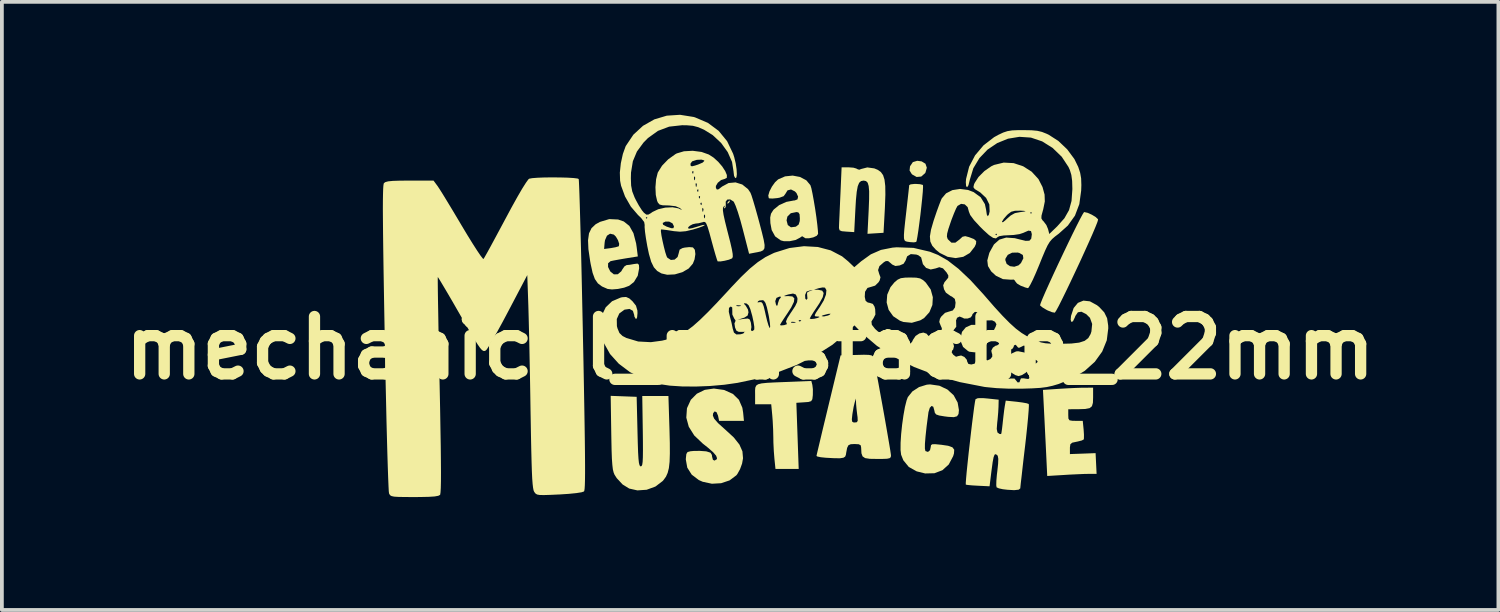
<source format=kicad_pcb>
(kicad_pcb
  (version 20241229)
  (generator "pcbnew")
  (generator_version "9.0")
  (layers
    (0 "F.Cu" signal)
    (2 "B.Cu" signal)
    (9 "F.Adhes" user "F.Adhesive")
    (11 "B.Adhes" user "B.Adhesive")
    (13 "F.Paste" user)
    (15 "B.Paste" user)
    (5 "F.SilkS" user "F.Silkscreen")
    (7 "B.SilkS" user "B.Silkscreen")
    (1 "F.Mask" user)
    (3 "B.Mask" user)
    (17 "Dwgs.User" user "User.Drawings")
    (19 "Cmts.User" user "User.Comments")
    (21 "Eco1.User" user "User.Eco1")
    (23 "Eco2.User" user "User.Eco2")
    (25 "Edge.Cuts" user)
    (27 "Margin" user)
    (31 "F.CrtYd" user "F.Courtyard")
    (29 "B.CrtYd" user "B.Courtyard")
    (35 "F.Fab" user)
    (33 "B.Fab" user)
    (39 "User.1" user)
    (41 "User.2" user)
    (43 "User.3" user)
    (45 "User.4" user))
  (footprint "mechanical_mustache_22mm"
    (layer "F.Cu")
    (at 16.88 6.194)
    (property "Reference" "mechanical_mustache_22mm" (at 0 0 0) (layer "F.SilkS") (effects (font (size 1.524 1.524) (thickness 0.3))))
    (attr board_only exclude_from_pos_files exclude_from_bom)
    (fp_poly (pts (xy -0.542 -3.889) (xy -0.55 -3.874) (xy -0.592 -3.832) (xy -0.599 -3.83) (xy -0.602 -3.858) (xy -0.594 -3.874) (xy -0.553 -3.916) (xy -0.545 -3.918)) (stroke (width 0) (type solid)) (fill yes) (layer "F.SilkS"))
    (fp_poly (pts (xy 4.557 -4.956) (xy 4.658 -4.894) (xy 4.694 -4.788) (xy 4.659 -4.662) (xy 4.647 -4.642) (xy 4.545 -4.553) (xy 4.423 -4.542) (xy 4.305 -4.609) (xy 4.291 -4.624) (xy 4.236 -4.714) (xy 4.247 -4.818) (xy 4.252 -4.832) (xy 4.323 -4.937) (xy 4.44 -4.972)) (stroke (width 0) (type solid)) (fill yes) (layer "F.SilkS"))
    (fp_poly (pts (xy 6.139 -0.589) (xy 6.227 -0.515) (xy 6.293 -0.39) (xy 6.323 -0.249) (xy 6.317 -0.177) (xy 6.247 -0.033) (xy 6.125 0.07) (xy 5.976 0.118) (xy 5.826 0.101) (xy 5.789 0.083) (xy 5.657 -0.026) (xy 5.597 -0.171) (xy 5.591 -0.265) (xy 5.629 -0.427) (xy 5.73 -0.547) (xy 5.878 -0.613) (xy 6.053 -0.614)) (stroke (width 0) (type solid)) (fill yes) (layer "F.SilkS"))
    (fp_poly (pts (xy 7.288 0.122) (xy 7.396 0.219) (xy 7.439 0.373) (xy 7.44 0.395) (xy 7.421 0.534) (xy 7.354 0.631) (xy 7.324 0.657) (xy 7.221 0.721) (xy 7.133 0.748) (xy 7.131 0.748) (xy 7.045 0.722) (xy 6.942 0.659) (xy 6.939 0.657) (xy 6.847 0.539) (xy 6.821 0.4) (xy 6.854 0.263) (xy 6.938 0.153) (xy 7.066 0.093) (xy 7.122 0.088)) (stroke (width 0) (type solid)) (fill yes) (layer "F.SilkS"))
    (fp_poly (pts (xy 4.411 -1.867) (xy 4.515 -1.847) (xy 4.595 -1.802) (xy 4.668 -1.735) (xy 4.797 -1.553) (xy 4.854 -1.348) (xy 4.842 -1.141) (xy 4.764 -0.951) (xy 4.624 -0.796) (xy 4.52 -0.733) (xy 4.295 -0.668) (xy 4.071 -0.69) (xy 3.98 -0.723) (xy 3.799 -0.844) (xy 3.68 -1.012) (xy 3.627 -1.208) (xy 3.642 -1.415) (xy 3.728 -1.614) (xy 3.834 -1.743) (xy 3.919 -1.814) (xy 4.003 -1.853) (xy 4.12 -1.868) (xy 4.25 -1.871)) (stroke (width 0) (type solid)) (fill yes) (layer "F.SilkS"))
    (fp_poly (pts (xy 1.653 0.982) (xy 1.667 1.097) (xy 1.666 1.239) (xy 1.665 1.259) (xy 1.653 1.362) (xy 1.621 1.414) (xy 1.547 1.436) (xy 1.439 1.444) (xy 1.228 1.458) (xy 1.259 2.336) (xy 1.29 3.214) (xy 0.673 3.214) (xy 0.645 2.943) (xy 0.629 2.741) (xy 0.618 2.515) (xy 0.616 2.382) (xy 0.611 2.17) (xy 0.599 1.934) (xy 0.588 1.794) (xy 0.56 1.497) (xy 0.132 1.497) (xy 0.132 1.233) (xy 0.131 1.131) (xy 0.137 1.055) (xy 0.16 1.002) (xy 0.212 0.965) (xy 0.305 0.942) (xy 0.451 0.927) (xy 0.66 0.916) (xy 0.944 0.905) (xy 0.978 0.904) (xy 1.626 0.878)) (stroke (width 0) (type solid)) (fill yes) (layer "F.SilkS"))
    (fp_poly (pts (xy 4.514 -4.35) (xy 4.585 -4.332) (xy 4.592 -4.325) (xy 4.594 -4.27) (xy 4.587 -4.146) (xy 4.571 -3.971) (xy 4.549 -3.763) (xy 4.524 -3.539) (xy 4.496 -3.319) (xy 4.469 -3.118) (xy 4.444 -2.956) (xy 4.424 -2.849) (xy 4.412 -2.816) (xy 4.351 -2.805) (xy 4.243 -2.812) (xy 4.226 -2.815) (xy 4.17 -2.823) (xy 4.129 -2.835) (xy 4.101 -2.861) (xy 4.087 -2.914) (xy 4.086 -3.005) (xy 4.096 -3.144) (xy 4.117 -3.344) (xy 4.148 -3.616) (xy 4.162 -3.742) (xy 4.186 -3.953) (xy 4.206 -4.133) (xy 4.22 -4.262) (xy 4.226 -4.323) (xy 4.226 -4.325) (xy 4.265 -4.346) (xy 4.362 -4.357) (xy 4.399 -4.358)) (stroke (width 0) (type solid)) (fill yes) (layer "F.SilkS"))
    (fp_poly (pts (xy 8.966 -3.59) (xy 9.077 -3.54) (xy 9.179 -3.479) (xy 9.239 -3.423) (xy 9.244 -3.406) (xy 9.226 -3.344) (xy 9.176 -3.217) (xy 9.1 -3.037) (xy 9.002 -2.815) (xy 8.889 -2.565) (xy 8.767 -2.297) (xy 8.639 -2.024) (xy 8.513 -1.757) (xy 8.394 -1.509) (xy 8.287 -1.291) (xy 8.199 -1.115) (xy 8.133 -0.994) (xy 8.097 -0.939) (xy 8.093 -0.937) (xy 8.019 -0.95) (xy 7.907 -0.995) (xy 7.869 -1.015) (xy 7.767 -1.076) (xy 7.709 -1.124) (xy 7.703 -1.135) (xy 7.721 -1.194) (xy 7.771 -1.318) (xy 7.848 -1.496) (xy 7.947 -1.715) (xy 8.061 -1.964) (xy 8.185 -2.23) (xy 8.314 -2.503) (xy 8.441 -2.769) (xy 8.562 -3.019) (xy 8.671 -3.239) (xy 8.762 -3.418) (xy 8.83 -3.544) (xy 8.869 -3.606) (xy 8.874 -3.61)) (stroke (width 0) (type solid)) (fill yes) (layer "F.SilkS"))
    (fp_poly (pts (xy -3.015 1.299) (xy -2.993 2.223) (xy -2.985 2.536) (xy -2.977 2.771) (xy -2.967 2.939) (xy -2.955 3.051) (xy -2.939 3.115) (xy -2.92 3.143) (xy -2.905 3.147) (xy -2.883 3.137) (xy -2.867 3.101) (xy -2.856 3.026) (xy -2.85 2.904) (xy -2.848 2.723) (xy -2.849 2.473) (xy -2.852 2.212) (xy -2.866 1.277) (xy -2.171 1.277) (xy -2.143 2.17) (xy -2.134 2.527) (xy -2.133 2.808) (xy -2.14 3.025) (xy -2.159 3.192) (xy -2.191 3.319) (xy -2.236 3.42) (xy -2.298 3.506) (xy -2.326 3.538) (xy -2.517 3.683) (xy -2.749 3.768) (xy -2.995 3.785) (xy -3.213 3.736) (xy -3.388 3.628) (xy -3.544 3.46) (xy -3.603 3.368) (xy -3.627 3.309) (xy -3.647 3.227) (xy -3.661 3.108) (xy -3.673 2.943) (xy -3.681 2.718) (xy -3.687 2.423) (xy -3.69 2.254) (xy -3.705 1.273)) (stroke (width 0) (type solid)) (fill yes) (layer "F.SilkS"))
    (fp_poly (pts (xy 2.744 -4.789) (xy 2.826 -4.765) (xy 2.839 -4.754) (xy 2.898 -4.734) (xy 2.949 -4.754) (xy 3.113 -4.796) (xy 3.299 -4.77) (xy 3.39 -4.732) (xy 3.472 -4.674) (xy 3.532 -4.591) (xy 3.57 -4.471) (xy 3.59 -4.302) (xy 3.593 -4.071) (xy 3.582 -3.768) (xy 3.579 -3.698) (xy 3.544 -3.059) (xy 3.118 -3.032) (xy 3.15 -3.673) (xy 3.161 -3.955) (xy 3.162 -4.161) (xy 3.149 -4.302) (xy 3.123 -4.389) (xy 3.079 -4.433) (xy 3.017 -4.446) (xy 3.013 -4.446) (xy 2.946 -4.433) (xy 2.896 -4.387) (xy 2.859 -4.296) (xy 2.832 -4.149) (xy 2.811 -3.935) (xy 2.797 -3.698) (xy 2.765 -3.077) (xy 2.56 -3.09) (xy 2.436 -3.101) (xy 2.377 -3.126) (xy 2.36 -3.184) (xy 2.362 -3.258) (xy 2.366 -3.355) (xy 2.374 -3.52) (xy 2.383 -3.735) (xy 2.394 -3.979) (xy 2.4 -4.105) (xy 2.43 -4.798) (xy 2.621 -4.798)) (stroke (width 0) (type solid)) (fill yes) (layer "F.SilkS"))
    (fp_poly (pts (xy 9.112 1.315) (xy 9.107 1.459) (xy 9.081 1.549) (xy 9.018 1.6) (xy 8.902 1.622) (xy 8.716 1.628) (xy 8.683 1.628) (xy 8.452 1.629) (xy 8.452 1.783) (xy 8.456 1.878) (xy 8.486 1.923) (xy 8.565 1.936) (xy 8.644 1.937) (xy 8.837 1.937) (xy 8.86 2.168) (xy 8.869 2.304) (xy 8.868 2.403) (xy 8.863 2.432) (xy 8.811 2.459) (xy 8.705 2.486) (xy 8.67 2.493) (xy 8.558 2.517) (xy 8.508 2.558) (xy 8.496 2.643) (xy 8.496 2.67) (xy 8.496 2.82) (xy 8.837 2.808) (xy 9.178 2.795) (xy 9.205 3.346) (xy 9.011 3.346) (xy 8.883 3.348) (xy 8.697 3.356) (xy 8.483 3.366) (xy 8.356 3.374) (xy 7.893 3.402) (xy 7.864 2.791) (xy 7.85 2.503) (xy 7.834 2.185) (xy 7.819 1.878) (xy 7.807 1.647) (xy 7.78 1.115) (xy 8.215 1.086) (xy 8.433 1.073) (xy 8.648 1.063) (xy 8.825 1.057) (xy 8.881 1.057) (xy 9.112 1.056)) (stroke (width 0) (type solid)) (fill yes) (layer "F.SilkS"))
    (fp_poly (pts (xy 5.027 1.004) (xy 5.24 1.104) (xy 5.407 1.257) (xy 5.513 1.451) (xy 5.547 1.65) (xy 5.537 1.755) (xy 5.497 1.816) (xy 5.411 1.839) (xy 5.262 1.831) (xy 5.166 1.819) (xy 5.021 1.795) (xy 4.942 1.767) (xy 4.907 1.723) (xy 4.894 1.662) (xy 4.866 1.563) (xy 4.821 1.541) (xy 4.773 1.591) (xy 4.738 1.705) (xy 4.735 1.728) (xy 4.689 2.08) (xy 4.66 2.35) (xy 4.644 2.546) (xy 4.643 2.673) (xy 4.656 2.736) (xy 4.66 2.741) (xy 4.725 2.763) (xy 4.779 2.717) (xy 4.798 2.633) (xy 4.805 2.584) (xy 4.837 2.56) (xy 4.915 2.557) (xy 5.058 2.571) (xy 5.073 2.572) (xy 5.262 2.6) (xy 5.375 2.641) (xy 5.422 2.704) (xy 5.416 2.801) (xy 5.394 2.875) (xy 5.277 3.096) (xy 5.108 3.249) (xy 4.897 3.329) (xy 4.65 3.335) (xy 4.424 3.279) (xy 4.216 3.163) (xy 4.07 2.985) (xy 4.011 2.837) (xy 3.996 2.711) (xy 3.997 2.522) (xy 4.012 2.291) (xy 4.038 2.04) (xy 4.073 1.792) (xy 4.113 1.569) (xy 4.157 1.394) (xy 4.19 1.306) (xy 4.311 1.155) (xy 4.489 1.039) (xy 4.695 0.976) (xy 4.781 0.969)) (stroke (width 0) (type solid)) (fill yes) (layer "F.SilkS"))
    (fp_poly (pts (xy -0.698 1.116) (xy -0.686 1.119) (xy -0.458 1.222) (xy -0.299 1.377) (xy -0.207 1.589) (xy -0.186 1.719) (xy -0.165 1.937) (xy -0.825 1.937) (xy -0.853 1.801) (xy -0.892 1.708) (xy -0.943 1.686) (xy -0.983 1.735) (xy -0.99 1.798) (xy -0.956 1.879) (xy -0.852 1.998) (xy -0.675 2.158) (xy -0.661 2.17) (xy -0.435 2.378) (xy -0.285 2.567) (xy -0.205 2.747) (xy -0.189 2.931) (xy -0.214 3.072) (xy -0.268 3.221) (xy -0.339 3.349) (xy -0.366 3.384) (xy -0.546 3.519) (xy -0.77 3.594) (xy -1.016 3.608) (xy -1.26 3.556) (xy -1.364 3.51) (xy -1.552 3.367) (xy -1.67 3.181) (xy -1.709 2.964) (xy -1.707 2.927) (xy -1.695 2.819) (xy -1.663 2.766) (xy -1.585 2.745) (xy -1.498 2.737) (xy -1.338 2.735) (xy -1.186 2.746) (xy -1.157 2.75) (xy -1.054 2.783) (xy -1.016 2.843) (xy -1.012 2.885) (xy -0.989 2.972) (xy -0.946 2.993) (xy -0.888 2.959) (xy -0.88 2.929) (xy -0.904 2.863) (xy -0.982 2.772) (xy -1.121 2.65) (xy -1.261 2.539) (xy -1.484 2.327) (xy -1.63 2.095) (xy -1.696 1.852) (xy -1.679 1.607) (xy -1.675 1.594) (xy -1.576 1.378) (xy -1.415 1.216) (xy -1.206 1.114) (xy -0.963 1.079)) (stroke (width 0) (type solid)) (fill yes) (layer "F.SilkS"))
    (fp_poly (pts (xy -3.507 -3.412) (xy -3.357 -3.36) (xy -3.209 -3.242) (xy -3.1 -3.048) (xy -3.029 -2.776) (xy -3.015 -2.679) (xy -2.984 -2.431) (xy -3.308 -2.379) (xy -3.477 -2.35) (xy -3.619 -2.324) (xy -3.705 -2.306) (xy -3.709 -2.305) (xy -3.774 -2.25) (xy -3.775 -2.151) (xy -3.716 -2.032) (xy -3.621 -1.955) (xy -3.517 -1.957) (xy -3.424 -2.035) (xy -3.399 -2.08) (xy -3.34 -2.166) (xy -3.283 -2.201) (xy -3.2 -2.209) (xy -3.087 -2.229) (xy -2.992 -2.241) (xy -2.955 -2.209) (xy -2.949 -2.116) (xy -2.986 -1.919) (xy -3.087 -1.752) (xy -3.214 -1.651) (xy -3.348 -1.601) (xy -3.513 -1.567) (xy -3.671 -1.554) (xy -3.785 -1.567) (xy -3.786 -1.567) (xy -3.936 -1.633) (xy -4.045 -1.715) (xy -4.125 -1.83) (xy -4.185 -1.994) (xy -4.236 -2.226) (xy -4.25 -2.303) (xy -4.296 -2.617) (xy -4.297 -2.629) (xy -3.88 -2.629) (xy -3.697 -2.653) (xy -3.577 -2.675) (xy -3.499 -2.698) (xy -3.488 -2.704) (xy -3.479 -2.766) (xy -3.511 -2.862) (xy -3.567 -2.957) (xy -3.621 -3.011) (xy -3.721 -3.035) (xy -3.804 -2.982) (xy -3.856 -2.862) (xy -3.866 -2.796) (xy -3.88 -2.629) (xy -4.297 -2.629) (xy -4.307 -2.86) (xy -4.281 -3.045) (xy -4.214 -3.183) (xy -4.103 -3.287) (xy -3.992 -3.348) (xy -3.743 -3.423)) (stroke (width 0) (type solid)) (fill yes) (layer "F.SilkS"))
    (fp_poly (pts (xy 1.326 -4.542) (xy 1.492 -4.454) (xy 1.601 -4.324) (xy 1.626 -4.245) (xy 1.657 -4.099) (xy 1.692 -3.907) (xy 1.728 -3.691) (xy 1.76 -3.472) (xy 1.785 -3.271) (xy 1.801 -3.108) (xy 1.805 -3.028) (xy 1.767 -2.978) (xy 1.677 -2.937) (xy 1.566 -2.914) (xy 1.469 -2.914) (xy 1.417 -2.946) (xy 1.417 -2.947) (xy 1.381 -2.968) (xy 1.319 -2.926) (xy 1.207 -2.868) (xy 1.051 -2.836) (xy 0.896 -2.836) (xy 0.814 -2.857) (xy 0.664 -2.964) (xy 0.572 -3.132) (xy 0.538 -3.315) (xy 0.535 -3.39) (xy 0.968 -3.39) (xy 1 -3.265) (xy 1.084 -3.205) (xy 1.206 -3.22) (xy 1.219 -3.225) (xy 1.289 -3.278) (xy 1.318 -3.37) (xy 1.321 -3.441) (xy 1.313 -3.553) (xy 1.281 -3.601) (xy 1.23 -3.61) (xy 1.08 -3.579) (xy 0.99 -3.491) (xy 0.968 -3.39) (xy 0.535 -3.39) (xy 0.533 -3.465) (xy 0.554 -3.566) (xy 0.611 -3.657) (xy 0.631 -3.681) (xy 0.772 -3.795) (xy 0.961 -3.88) (xy 1.159 -3.917) (xy 1.183 -3.918) (xy 1.258 -3.947) (xy 1.274 -4.02) (xy 1.232 -4.113) (xy 1.19 -4.158) (xy 1.086 -4.21) (xy 0.993 -4.186) (xy 0.938 -4.096) (xy 0.891 -4.032) (xy 0.782 -3.992) (xy 0.72 -3.981) (xy 0.596 -3.969) (xy 0.511 -3.973) (xy 0.495 -3.98) (xy 0.482 -4.049) (xy 0.514 -4.159) (xy 0.578 -4.285) (xy 0.661 -4.401) (xy 0.744 -4.478) (xy 0.928 -4.558) (xy 1.13 -4.579)) (stroke (width 0) (type solid)) (fill yes) (layer "F.SilkS"))
    (fp_poly (pts (xy 3.152 0.185) (xy 3.225 0.198) (xy 3.261 0.224) (xy 3.273 0.252) (xy 3.291 0.328) (xy 3.32 0.474) (xy 3.359 0.678) (xy 3.406 0.925) (xy 3.456 1.202) (xy 3.51 1.496) (xy 3.563 1.791) (xy 3.613 2.076) (xy 3.658 2.336) (xy 3.696 2.558) (xy 3.724 2.727) (xy 3.739 2.832) (xy 3.742 2.856) (xy 3.736 2.901) (xy 3.707 2.929) (xy 3.637 2.944) (xy 3.508 2.949) (xy 3.373 2.949) (xy 3.178 2.946) (xy 3.055 2.927) (xy 2.987 2.881) (xy 2.957 2.798) (xy 2.95 2.664) (xy 2.95 2.652) (xy 2.938 2.588) (xy 2.886 2.559) (xy 2.774 2.553) (xy 2.673 2.558) (xy 2.612 2.585) (xy 2.577 2.655) (xy 2.552 2.786) (xy 2.544 2.839) (xy 2.525 2.887) (xy 2.479 2.917) (xy 2.388 2.931) (xy 2.24 2.93) (xy 2.019 2.918) (xy 2.014 2.918) (xy 1.878 2.904) (xy 1.787 2.885) (xy 1.763 2.87) (xy 1.773 2.821) (xy 1.802 2.697) (xy 1.847 2.509) (xy 1.904 2.267) (xy 1.972 1.983) (xy 1.993 1.898) (xy 2.702 1.898) (xy 2.711 1.959) (xy 2.749 1.98) (xy 2.78 1.981) (xy 2.836 1.973) (xy 2.858 1.934) (xy 2.854 1.84) (xy 2.845 1.777) (xy 2.827 1.625) (xy 2.815 1.491) (xy 2.814 1.458) (xy 2.81 1.343) (xy 2.777 1.453) (xy 2.75 1.564) (xy 2.724 1.714) (xy 2.715 1.772) (xy 2.702 1.898) (xy 1.993 1.898) (xy 2.049 1.665) (xy 2.084 1.519) (xy 2.403 0.198) (xy 2.827 0.186) (xy 3.025 0.181)) (stroke (width 0) (type solid)) (fill yes) (layer "F.SilkS"))
    (fp_poly (pts (xy 6.311 1.344) (xy 6.603 1.375) (xy 6.599 1.557) (xy 6.591 1.709) (xy 6.575 1.893) (xy 6.564 1.991) (xy 6.552 2.153) (xy 6.571 2.246) (xy 6.625 2.285) (xy 6.668 2.289) (xy 6.678 2.249) (xy 6.693 2.144) (xy 6.71 1.996) (xy 6.71 1.992) (xy 6.73 1.813) (xy 6.75 1.648) (xy 6.765 1.547) (xy 6.791 1.4) (xy 7.082 1.43) (xy 7.235 1.45) (xy 7.35 1.471) (xy 7.403 1.49) (xy 7.406 1.54) (xy 7.399 1.665) (xy 7.384 1.853) (xy 7.361 2.092) (xy 7.332 2.369) (xy 7.306 2.597) (xy 7.27 2.898) (xy 7.239 3.17) (xy 7.213 3.403) (xy 7.192 3.582) (xy 7.18 3.696) (xy 7.177 3.731) (xy 7.135 3.766) (xy 7.016 3.779) (xy 6.832 3.768) (xy 6.713 3.754) (xy 6.609 3.731) (xy 6.548 3.704) (xy 6.539 3.649) (xy 6.542 3.528) (xy 6.556 3.364) (xy 6.566 3.286) (xy 6.588 3.08) (xy 6.593 2.946) (xy 6.579 2.87) (xy 6.566 2.851) (xy 6.526 2.822) (xy 6.494 2.836) (xy 6.468 2.903) (xy 6.443 3.036) (xy 6.415 3.244) (xy 6.412 3.265) (xy 6.361 3.676) (xy 6.053 3.661) (xy 5.898 3.652) (xy 5.783 3.641) (xy 5.731 3.632) (xy 5.73 3.632) (xy 5.729 3.584) (xy 5.738 3.464) (xy 5.754 3.285) (xy 5.777 3.061) (xy 5.804 2.806) (xy 5.835 2.535) (xy 5.866 2.263) (xy 5.897 2.002) (xy 5.927 1.768) (xy 5.952 1.574) (xy 5.973 1.436) (xy 5.987 1.366) (xy 5.989 1.362) (xy 6.049 1.335) (xy 6.187 1.333)) (stroke (width 0) (type solid)) (fill yes) (layer "F.SilkS"))
    (fp_poly (pts (xy -5.044 -4.529) (xy -4.85 -4.524) (xy -4.691 -4.514) (xy -4.586 -4.501) (xy -4.555 -4.488) (xy -4.55 -4.438) (xy -4.544 -4.307) (xy -4.536 -4.1) (xy -4.527 -3.823) (xy -4.517 -3.483) (xy -4.506 -3.086) (xy -4.494 -2.638) (xy -4.482 -2.146) (xy -4.47 -1.615) (xy -4.458 -1.052) (xy -4.445 -0.463) (xy -4.443 -0.34) (xy -4.428 0.38) (xy -4.416 1.016) (xy -4.406 1.574) (xy -4.398 2.057) (xy -4.392 2.471) (xy -4.388 2.819) (xy -4.386 3.107) (xy -4.386 3.338) (xy -4.388 3.518) (xy -4.392 3.651) (xy -4.398 3.742) (xy -4.406 3.794) (xy -4.414 3.813) (xy -4.479 3.835) (xy -4.619 3.857) (xy -4.819 3.877) (xy -5.064 3.893) (xy -5.071 3.893) (xy -5.312 3.904) (xy -5.48 3.909) (xy -5.59 3.907) (xy -5.658 3.895) (xy -5.699 3.872) (xy -5.728 3.836) (xy -5.738 3.821) (xy -5.754 3.783) (xy -5.767 3.716) (xy -5.779 3.614) (xy -5.79 3.47) (xy -5.799 3.275) (xy -5.807 3.024) (xy -5.815 2.709) (xy -5.823 2.322) (xy -5.831 1.856) (xy -5.834 1.695) (xy -5.841 1.245) (xy -5.849 0.792) (xy -5.858 0.35) (xy -5.866 -0.067) (xy -5.875 -0.445) (xy -5.883 -0.77) (xy -5.89 -1.028) (xy -5.893 -1.133) (xy -5.921 -1.935) (xy -6.435 -0.957) (xy -6.579 -0.686) (xy -6.713 -0.441) (xy -6.831 -0.232) (xy -6.926 -0.07) (xy -6.993 0.033) (xy -7.021 0.066) (xy -7.053 0.081) (xy -7.086 0.08) (xy -7.125 0.056) (xy -7.175 -0.000272) (xy -7.241 -0.095) (xy -7.331 -0.237) (xy -7.447 -0.433) (xy -7.597 -0.691) (xy -7.765 -0.983) (xy -7.911 -1.237) (xy -8.043 -1.463) (xy -8.154 -1.65) (xy -8.237 -1.789) (xy -8.287 -1.868) (xy -8.299 -1.883) (xy -8.3 -1.838) (xy -8.299 -1.713) (xy -8.297 -1.514) (xy -8.293 -1.249) (xy -8.287 -0.925) (xy -8.281 -0.551) (xy -8.273 -0.132) (xy -8.264 0.323) (xy -8.254 0.808) (xy -8.25 0.987) (xy -8.237 1.611) (xy -8.228 2.15) (xy -8.22 2.61) (xy -8.216 2.993) (xy -8.214 3.303) (xy -8.215 3.545) (xy -8.219 3.721) (xy -8.226 3.837) (xy -8.235 3.896) (xy -8.238 3.904) (xy -8.284 3.928) (xy -8.382 3.946) (xy -8.541 3.956) (xy -8.772 3.961) (xy -8.921 3.962) (xy -9.169 3.961) (xy -9.343 3.958) (xy -9.458 3.951) (xy -9.527 3.936) (xy -9.566 3.913) (xy -9.587 3.879) (xy -9.594 3.863) (xy -9.601 3.805) (xy -9.608 3.666) (xy -9.617 3.451) (xy -9.627 3.167) (xy -9.638 2.821) (xy -9.649 2.419) (xy -9.661 1.966) (xy -9.672 1.47) (xy -9.684 0.937) (xy -9.696 0.373) (xy -9.707 -0.215) (xy -9.708 -0.275) (xy -9.721 -0.989) (xy -9.732 -1.62) (xy -9.741 -2.172) (xy -9.748 -2.65) (xy -9.753 -3.059) (xy -9.756 -3.402) (xy -9.758 -3.686) (xy -9.757 -3.914) (xy -9.754 -4.091) (xy -9.75 -4.221) (xy -9.744 -4.311) (xy -9.736 -4.363) (xy -9.728 -4.38) (xy -9.689 -4.407) (xy -9.615 -4.426) (xy -9.493 -4.438) (xy -9.309 -4.444) (xy -9.051 -4.446) (xy -9.043 -4.446) (xy -8.412 -4.446) (xy -8.306 -4.303) (xy -8.254 -4.225) (xy -8.165 -4.084) (xy -8.048 -3.892) (xy -7.908 -3.661) (xy -7.756 -3.406) (xy -7.66 -3.244) (xy -7.508 -2.991) (xy -7.37 -2.768) (xy -7.252 -2.584) (xy -7.161 -2.45) (xy -7.102 -2.375) (xy -7.084 -2.363) (xy -7.055 -2.411) (xy -6.99 -2.525) (xy -6.896 -2.696) (xy -6.779 -2.913) (xy -6.643 -3.166) (xy -6.501 -3.431) (xy -6.334 -3.742) (xy -6.185 -4.01) (xy -6.059 -4.227) (xy -5.96 -4.384) (xy -5.894 -4.476) (xy -5.871 -4.496) (xy -5.789 -4.511) (xy -5.646 -4.522) (xy -5.462 -4.529) (xy -5.254 -4.531)) (stroke (width 0) (type solid)) (fill yes) (layer "F.SilkS"))
    (fp_poly (pts (xy 7.475 -5.783) (xy 7.629 -5.769) (xy 7.754 -5.739) (xy 7.88 -5.689) (xy 7.932 -5.664) (xy 8.188 -5.5) (xy 8.424 -5.276) (xy 8.615 -5.018) (xy 8.717 -4.809) (xy 8.768 -4.654) (xy 8.794 -4.505) (xy 8.8 -4.327) (xy 8.795 -4.18) (xy 8.746 -3.821) (xy 8.63 -3.515) (xy 8.442 -3.252) (xy 8.202 -3.037) (xy 8.1 -2.96) (xy 8.022 -2.892) (xy 7.959 -2.818) (xy 7.901 -2.722) (xy 7.838 -2.588) (xy 7.759 -2.401) (xy 7.683 -2.212) (xy 7.593 -1.996) (xy 7.511 -1.812) (xy 7.442 -1.676) (xy 7.395 -1.599) (xy 7.38 -1.588) (xy 7.308 -1.607) (xy 7.199 -1.649) (xy 7.186 -1.654) (xy 7.091 -1.711) (xy 7.044 -1.768) (xy 7.043 -1.775) (xy 7.009 -1.815) (xy 6.911 -1.814) (xy 6.717 -1.828) (xy 6.53 -1.918) (xy 6.404 -2.034) (xy 6.319 -2.175) (xy 6.301 -2.327) (xy 6.304 -2.335) (xy 6.779 -2.335) (xy 6.815 -2.233) (xy 6.904 -2.172) (xy 7.018 -2.157) (xy 7.131 -2.194) (xy 7.195 -2.255) (xy 7.259 -2.382) (xy 7.245 -2.47) (xy 7.151 -2.524) (xy 7.108 -2.534) (xy 6.961 -2.531) (xy 6.845 -2.473) (xy 6.784 -2.374) (xy 6.779 -2.335) (xy 6.304 -2.335) (xy 6.351 -2.512) (xy 6.363 -2.543) (xy 6.478 -2.75) (xy 6.622 -2.878) (xy 6.803 -2.932) (xy 7.031 -2.916) (xy 7.156 -2.884) (xy 7.32 -2.845) (xy 7.419 -2.849) (xy 7.468 -2.902) (xy 7.483 -3.012) (xy 7.483 -3.026) (xy 7.462 -3.105) (xy 7.394 -3.117) (xy 7.272 -3.064) (xy 7.263 -3.059) (xy 7.157 -3.024) (xy 7 -3.001) (xy 6.881 -2.995) (xy 6.734 -2.988) (xy 6.624 -2.97) (xy 6.581 -2.949) (xy 6.531 -2.91) (xy 6.456 -2.924) (xy 6.347 -2.997) (xy 6.327 -3.015) (xy 6.515 -3.015) (xy 6.537 -2.993) (xy 6.559 -3.015) (xy 6.537 -3.037) (xy 6.515 -3.015) (xy 6.327 -3.015) (xy 6.196 -3.134) (xy 6.115 -3.214) (xy 5.995 -3.344) (xy 6.691 -3.344) (xy 6.717 -3.34) (xy 6.781 -3.391) (xy 6.817 -3.426) (xy 6.922 -3.518) (xy 7.027 -3.578) (xy 7.048 -3.584) (xy 7.067 -3.588) (xy 7.44 -3.588) (xy 7.462 -3.566) (xy 7.484 -3.588) (xy 7.462 -3.61) (xy 7.44 -3.588) (xy 7.067 -3.588) (xy 7.173 -3.608) (xy 7.285 -3.624) (xy 7.32 -3.634) (xy 7.276 -3.642) (xy 7.183 -3.647) (xy 7.035 -3.644) (xy 6.936 -3.618) (xy 6.85 -3.554) (xy 6.82 -3.525) (xy 6.739 -3.432) (xy 6.694 -3.359) (xy 6.691 -3.344) (xy 5.995 -3.344) (xy 5.949 -3.394) (xy 5.847 -3.532) (xy 5.811 -3.623) (xy 5.811 -3.624) (xy 5.779 -3.741) (xy 5.702 -3.814) (xy 5.604 -3.828) (xy 5.51 -3.773) (xy 5.507 -3.769) (xy 5.47 -3.701) (xy 5.415 -3.573) (xy 5.351 -3.408) (xy 5.327 -3.339) (xy 5.266 -3.157) (xy 5.234 -3.036) (xy 5.228 -2.957) (xy 5.246 -2.9) (xy 5.257 -2.883) (xy 5.349 -2.796) (xy 5.451 -2.796) (xy 5.562 -2.88) (xy 5.642 -2.954) (xy 5.715 -2.97) (xy 5.816 -2.943) (xy 5.948 -2.892) (xy 6.006 -2.839) (xy 6.001 -2.765) (xy 5.966 -2.688) (xy 5.836 -2.522) (xy 5.662 -2.421) (xy 5.46 -2.387) (xy 5.247 -2.421) (xy 5.039 -2.524) (xy 4.934 -2.609) (xy 4.839 -2.715) (xy 4.787 -2.827) (xy 4.776 -2.963) (xy 4.805 -3.14) (xy 4.873 -3.375) (xy 4.889 -3.423) (xy 4.955 -3.618) (xy 5.019 -3.794) (xy 5.07 -3.925) (xy 5.091 -3.972) (xy 5.206 -4.107) (xy 5.374 -4.193) (xy 5.576 -4.224) (xy 5.79 -4.197) (xy 5.938 -4.14) (xy 6.125 -4.003) (xy 6.237 -3.821) (xy 6.269 -3.672) (xy 6.288 -3.543) (xy 6.313 -3.498) (xy 6.342 -3.539) (xy 6.363 -3.626) (xy 6.355 -3.812) (xy 6.269 -3.986) (xy 6.114 -4.131) (xy 6.066 -4.161) (xy 5.967 -4.221) (xy 5.932 -4.271) (xy 5.947 -4.341) (xy 5.964 -4.381) (xy 6.067 -4.542) (xy 6.225 -4.7) (xy 6.406 -4.826) (xy 6.481 -4.862) (xy 6.737 -4.924) (xy 7.001 -4.91) (xy 7.254 -4.826) (xy 7.48 -4.682) (xy 7.66 -4.486) (xy 7.768 -4.275) (xy 7.823 -4.074) (xy 7.829 -3.891) (xy 7.787 -3.683) (xy 7.775 -3.641) (xy 7.741 -3.515) (xy 7.738 -3.441) (xy 7.77 -3.388) (xy 7.797 -3.362) (xy 7.871 -3.263) (xy 7.915 -3.157) (xy 7.948 -3.027) (xy 8.159 -3.231) (xy 8.349 -3.444) (xy 8.472 -3.661) (xy 8.539 -3.906) (xy 8.56 -4.204) (xy 8.561 -4.226) (xy 8.555 -4.439) (xy 8.534 -4.596) (xy 8.494 -4.728) (xy 8.457 -4.809) (xy 8.278 -5.08) (xy 8.033 -5.316) (xy 7.758 -5.488) (xy 7.461 -5.588) (xy 7.154 -5.609) (xy 6.851 -5.559) (xy 6.565 -5.443) (xy 6.307 -5.269) (xy 6.092 -5.044) (xy 5.93 -4.775) (xy 5.836 -4.467) (xy 5.834 -4.457) (xy 5.8 -4.322) (xy 5.765 -4.27) (xy 5.738 -4.298) (xy 5.73 -4.404) (xy 5.737 -4.49) (xy 5.818 -4.814) (xy 5.976 -5.116) (xy 6.201 -5.383) (xy 6.481 -5.599) (xy 6.591 -5.66) (xy 6.722 -5.722) (xy 6.837 -5.76) (xy 6.963 -5.78) (xy 7.131 -5.787) (xy 7.263 -5.787)) (stroke (width 0) (type solid)) (fill yes) (layer "F.SilkS"))
    (fp_poly (pts (xy -1.503 -6.137) (xy -1.465 -6.126) (xy -1.121 -5.979) (xy -0.836 -5.767) (xy -0.612 -5.493) (xy -0.452 -5.159) (xy -0.422 -5.065) (xy -0.383 -4.902) (xy -0.36 -4.746) (xy -0.353 -4.616) (xy -0.364 -4.531) (xy -0.393 -4.511) (xy -0.396 -4.512) (xy -0.427 -4.571) (xy -0.44 -4.676) (xy -0.44 -4.683) (xy -0.481 -4.942) (xy -0.596 -5.203) (xy -0.771 -5.446) (xy -0.995 -5.655) (xy -1.224 -5.797) (xy -1.38 -5.865) (xy -1.521 -5.902) (xy -1.687 -5.916) (xy -1.81 -5.917) (xy -2.152 -5.879) (xy -2.449 -5.767) (xy -2.715 -5.576) (xy -2.833 -5.456) (xy -3.008 -5.218) (xy -3.116 -4.96) (xy -3.165 -4.66) (xy -3.169 -4.511) (xy -3.162 -4.314) (xy -3.132 -4.158) (xy -3.07 -3.999) (xy -3.037 -3.932) (xy -2.956 -3.783) (xy -2.875 -3.657) (xy -2.82 -3.59) (xy -2.759 -3.543) (xy -2.706 -3.542) (xy -2.625 -3.59) (xy -2.593 -3.613) (xy -2.442 -3.685) (xy -2.254 -3.728) (xy -2.063 -3.737) (xy -1.907 -3.709) (xy -1.888 -3.7) (xy -1.818 -3.667) (xy -1.821 -3.678) (xy -1.822 -3.679) (xy -1.273 -3.679) (xy -1.265 -3.622) (xy -1.25 -3.622) (xy -1.239 -3.681) (xy -1.247 -3.706) (xy -1.266 -3.723) (xy -1.273 -3.679) (xy -1.822 -3.679) (xy -1.868 -3.717) (xy -1.981 -3.765) (xy -2.154 -3.785) (xy -2.189 -3.786) (xy -2.328 -3.79) (xy -2.406 -3.81) (xy -2.423 -3.83) (xy -1.321 -3.83) (xy -1.305 -3.794) (xy -1.291 -3.8) (xy -1.286 -3.853) (xy -1.291 -3.859) (xy -1.317 -3.853) (xy -1.321 -3.83) (xy -2.423 -3.83) (xy -2.45 -3.859) (xy -2.471 -3.907) (xy -2.494 -4.006) (xy -1.365 -4.006) (xy -1.349 -3.97) (xy -1.335 -3.977) (xy -1.33 -4.029) (xy -1.335 -4.035) (xy -1.361 -4.029) (xy -1.365 -4.006) (xy -2.494 -4.006) (xy -2.507 -4.067) (xy -2.512 -4.182) (xy -1.409 -4.182) (xy -1.393 -4.146) (xy -1.379 -4.153) (xy -1.374 -4.205) (xy -1.379 -4.211) (xy -1.405 -4.205) (xy -1.409 -4.182) (xy -2.512 -4.182) (xy -2.516 -4.271) (xy -2.51 -4.34) (xy -1.449 -4.34) (xy -1.441 -4.283) (xy -1.426 -4.282) (xy -1.416 -4.341) (xy -1.423 -4.366) (xy -1.442 -4.383) (xy -1.449 -4.34) (xy -2.51 -4.34) (xy -2.499 -4.479) (xy -2.49 -4.516) (xy -1.493 -4.516) (xy -1.485 -4.459) (xy -1.47 -4.458) (xy -1.46 -4.517) (xy -1.467 -4.542) (xy -1.486 -4.559) (xy -1.493 -4.516) (xy -2.49 -4.516) (xy -2.456 -4.652) (xy -2.45 -4.666) (xy -1.541 -4.666) (xy -1.525 -4.63) (xy -1.511 -4.637) (xy -1.506 -4.689) (xy -1.511 -4.696) (xy -1.538 -4.69) (xy -1.541 -4.666) (xy -2.45 -4.666) (xy -2.341 -4.841) (xy -2.3 -4.884) (xy -1.585 -4.884) (xy -1.579 -4.838) (xy -1.546 -4.825) (xy -1.466 -4.845) (xy -1.383 -4.872) (xy -1.262 -4.924) (xy -1.217 -4.968) (xy -1.223 -4.983) (xy -1.291 -5.003) (xy -1.403 -4.998) (xy -1.425 -4.995) (xy -1.541 -4.957) (xy -1.584 -4.898) (xy -1.585 -4.884) (xy -2.3 -4.884) (xy -2.177 -5.011) (xy -1.988 -5.147) (xy -1.95 -5.168) (xy -1.758 -5.225) (xy -1.526 -5.238) (xy -1.29 -5.207) (xy -1.099 -5.139) (xy -0.969 -5.055) (xy -0.847 -4.944) (xy -0.741 -4.82) (xy -0.662 -4.698) (xy -0.618 -4.593) (xy -0.62 -4.519) (xy -0.676 -4.49) (xy -0.677 -4.49) (xy -0.773 -4.46) (xy -0.86 -4.388) (xy -0.91 -4.303) (xy -0.91 -4.251) (xy -0.884 -4.208) (xy -0.842 -4.214) (xy -0.761 -4.275) (xy -0.745 -4.288) (xy -0.573 -4.381) (xy -0.388 -4.398) (xy -0.209 -4.342) (xy -0.056 -4.219) (xy 0.008 -4.124) (xy 0.037 -4.05) (xy 0.082 -3.907) (xy 0.139 -3.713) (xy 0.203 -3.484) (xy 0.244 -3.333) (xy 0.314 -3.065) (xy 0.361 -2.87) (xy 0.384 -2.735) (xy 0.38 -2.648) (xy 0.347 -2.595) (xy 0.284 -2.564) (xy 0.189 -2.543) (xy 0.128 -2.532) (xy -0.028 -2.502) (xy -0.196 -3.155) (xy -0.262 -3.4) (xy -0.327 -3.612) (xy -0.385 -3.775) (xy -0.43 -3.874) (xy -0.442 -3.891) (xy -0.53 -3.946) (xy -0.608 -3.941) (xy -0.65 -3.885) (xy -0.647 -3.829) (xy -0.649 -3.746) (xy -0.671 -3.713) (xy -0.697 -3.713) (xy -0.683 -3.746) (xy -0.666 -3.784) (xy -0.703 -3.756) (xy -0.722 -3.72) (xy -0.723 -3.65) (xy -0.706 -3.535) (xy -0.668 -3.362) (xy -0.608 -3.12) (xy -0.592 -3.059) (xy -0.527 -2.804) (xy -0.485 -2.62) (xy -0.464 -2.498) (xy -0.461 -2.423) (xy -0.476 -2.384) (xy -0.485 -2.377) (xy -0.565 -2.344) (xy -0.678 -2.316) (xy -0.788 -2.298) (xy -0.858 -2.299) (xy -0.865 -2.303) (xy -0.883 -2.351) (xy -0.919 -2.467) (xy -0.967 -2.634) (xy -1.022 -2.835) (xy -1.026 -2.85) (xy -1.085 -3.069) (xy -1.13 -3.216) (xy -1.165 -3.303) (xy -1.196 -3.344) (xy -1.231 -3.35) (xy -1.255 -3.342) (xy -1.373 -3.312) (xy -1.445 -3.305) (xy -1.525 -3.287) (xy -1.599 -3.248) (xy -1.646 -3.206) (xy -1.645 -3.175) (xy -1.615 -3.169) (xy -1.536 -3.183) (xy -1.415 -3.219) (xy -1.368 -3.234) (xy -1.264 -3.265) (xy -1.21 -3.27) (xy -1.208 -3.261) (xy -1.26 -3.232) (xy -1.372 -3.19) (xy -1.522 -3.145) (xy -1.522 -3.145) (xy -1.71 -3.101) (xy -1.864 -3.088) (xy -2.029 -3.103) (xy -2.084 -3.112) (xy -2.227 -3.134) (xy -2.33 -3.146) (xy -2.369 -3.147) (xy -2.371 -3.097) (xy -2.356 -2.987) (xy -2.327 -2.841) (xy -2.291 -2.684) (xy -2.254 -2.541) (xy -2.22 -2.437) (xy -2.201 -2.399) (xy -2.106 -2.337) (xy -2.006 -2.347) (xy -1.927 -2.416) (xy -1.893 -2.533) (xy -1.893 -2.538) (xy -1.873 -2.611) (xy -1.799 -2.652) (xy -1.739 -2.666) (xy -1.617 -2.679) (xy -1.524 -2.671) (xy -1.519 -2.669) (xy -1.469 -2.608) (xy -1.455 -2.493) (xy -1.477 -2.352) (xy -1.522 -2.239) (xy -1.633 -2.11) (xy -1.802 -2.012) (xy -2.001 -1.954) (xy -2.203 -1.944) (xy -2.355 -1.979) (xy -2.469 -2.044) (xy -2.558 -2.143) (xy -2.629 -2.289) (xy -2.689 -2.497) (xy -2.733 -2.707) (xy -2.768 -2.909) (xy -2.793 -3.085) (xy -2.804 -3.214) (xy -2.802 -3.267) (xy -2.811 -3.32) (xy -2.324 -3.32) (xy -2.312 -3.273) (xy -2.216 -3.222) (xy -2.212 -3.221) (xy -2.097 -3.182) (xy -2.042 -3.18) (xy -2.026 -3.214) (xy -2.025 -3.233) (xy -2.063 -3.31) (xy -2.153 -3.357) (xy -2.251 -3.357) (xy -2.324 -3.32) (xy -2.811 -3.32) (xy -2.816 -3.346) (xy -2.897 -3.453) (xy -2.9 -3.456) (xy -2.773 -3.456) (xy -2.751 -3.434) (xy -2.729 -3.456) (xy -2.751 -3.478) (xy -2.773 -3.456) (xy -2.9 -3.456) (xy -2.949 -3.503) (xy -1.229 -3.503) (xy -1.221 -3.446) (xy -1.206 -3.446) (xy -1.195 -3.504) (xy -1.203 -3.53) (xy -1.222 -3.547) (xy -1.229 -3.503) (xy -2.949 -3.503) (xy -2.982 -3.535) (xy -3.169 -3.754) (xy -3.324 -4.024) (xy -3.429 -4.31) (xy -3.455 -4.443) (xy -3.462 -4.658) (xy -3.435 -4.909) (xy -3.381 -5.155) (xy -3.308 -5.357) (xy -3.302 -5.368) (xy -3.102 -5.666) (xy -2.846 -5.902) (xy -2.546 -6.072) (xy -2.214 -6.171) (xy -1.863 -6.194)) (stroke (width 0) (type solid)) (fill yes) (layer "F.SilkS"))
    (fp_poly (pts (xy 1.799 -2.682) (xy 2.14 -2.592) (xy 2.442 -2.434) (xy 2.605 -2.3) (xy 2.767 -2.145) (xy 2.951 -2.303) (xy 3.207 -2.487) (xy 3.475 -2.604) (xy 3.784 -2.665) (xy 3.896 -2.674) (xy 4.34 -2.658) (xy 4.776 -2.556) (xy 4.992 -2.471) (xy 5.251 -2.323) (xy 5.537 -2.101) (xy 5.852 -1.803) (xy 6.198 -1.425) (xy 6.228 -1.39) (xy 6.49 -1.089) (xy 6.71 -0.849) (xy 6.897 -0.66) (xy 7.061 -0.512) (xy 7.214 -0.397) (xy 7.365 -0.305) (xy 7.474 -0.25) (xy 7.612 -0.188) (xy 7.727 -0.147) (xy 7.845 -0.124) (xy 7.992 -0.113) (xy 8.194 -0.11) (xy 8.254 -0.11) (xy 8.535 -0.117) (xy 8.741 -0.141) (xy 8.887 -0.188) (xy 8.984 -0.262) (xy 9.046 -0.37) (xy 9.067 -0.436) (xy 9.087 -0.637) (xy 9.028 -0.8) (xy 8.929 -0.898) (xy 8.802 -0.962) (xy 8.708 -0.947) (xy 8.641 -0.85) (xy 8.628 -0.814) (xy 8.578 -0.71) (xy 8.537 -0.689) (xy 8.516 -0.746) (xy 8.525 -0.849) (xy 8.595 -1.06) (xy 8.708 -1.197) (xy 8.855 -1.257) (xy 9.027 -1.238) (xy 9.214 -1.136) (xy 9.274 -1.088) (xy 9.408 -0.945) (xy 9.484 -0.79) (xy 9.513 -0.593) (xy 9.515 -0.521) (xy 9.475 -0.202) (xy 9.354 0.096) (xy 9.157 0.369) (xy 8.89 0.609) (xy 8.559 0.81) (xy 8.199 0.957) (xy 8.037 1.005) (xy 7.883 1.039) (xy 7.712 1.061) (xy 7.499 1.074) (xy 7.241 1.082) (xy 6.882 1.083) (xy 6.545 1.068) (xy 6.259 1.04) (xy 6.221 1.035) (xy 5.56 0.906) (xy 4.936 0.728) (xy 4.517 0.568) (xy 6.65 0.568) (xy 6.681 0.609) (xy 6.735 0.616) (xy 6.804 0.642) (xy 6.823 0.727) (xy 6.836 0.806) (xy 6.89 0.82) (xy 6.927 0.812) (xy 7.022 0.813) (xy 7.058 0.855) (xy 7.106 0.916) (xy 7.156 0.912) (xy 7.175 0.855) (xy 7.195 0.809) (xy 7.269 0.807) (xy 7.304 0.814) (xy 7.392 0.826) (xy 7.418 0.8) (xy 7.409 0.751) (xy 7.409 0.679) (xy 7.471 0.66) (xy 7.569 0.641) (xy 7.59 0.588) (xy 7.562 0.539) (xy 7.535 0.477) (xy 7.583 0.42) (xy 7.588 0.417) (xy 7.641 0.37) (xy 7.62 0.336) (xy 7.575 0.31) (xy 7.507 0.245) (xy 7.509 0.155) (xy 7.518 0.08) (xy 7.478 0.066) (xy 7.45 0.073) (xy 7.373 0.064) (xy 7.339 0.001) (xy 7.312 -0.063) (xy 7.262 -0.06) (xy 7.217 -0.036) (xy 7.14 -0.001) (xy 7.104 -0.023) (xy 7.1 -0.033) (xy 7.055 -0.085) (xy 7.01 -0.067) (xy 6.999 -0.022) (xy 6.961 0.031) (xy 6.889 0.044) (xy 6.805 0.062) (xy 6.78 0.134) (xy 6.779 0.154) (xy 6.756 0.243) (xy 6.713 0.264) (xy 6.653 0.287) (xy 6.667 0.348) (xy 6.7 0.387) (xy 6.73 0.447) (xy 6.7 0.493) (xy 6.65 0.568) (xy 4.517 0.568) (xy 4.355 0.506) (xy 3.829 0.243) (xy 3.367 -0.056) (xy 2.977 -0.388) (xy 2.916 -0.449) (xy 2.772 -0.599) (xy 2.559 -0.394) (xy 2.185 -0.083) (xy 1.739 0.201) (xy 1.234 0.453) (xy 0.684 0.667) (xy 0.102 0.836) (xy -0.335 0.928) (xy -0.686 0.978) (xy -1.064 1.011) (xy -1.445 1.026) (xy -1.809 1.023) (xy -2.133 1.002) (xy -2.397 0.963) (xy -2.437 0.954) (xy -2.841 0.822) (xy -3.194 0.642) (xy -3.49 0.419) (xy -3.722 0.162) (xy -3.883 -0.125) (xy -3.967 -0.433) (xy -3.978 -0.596) (xy -3.942 -0.862) (xy -3.837 -1.079) (xy -3.669 -1.24) (xy -3.443 -1.337) (xy -3.401 -1.347) (xy -3.297 -1.354) (xy -3.211 -1.316) (xy -3.127 -1.241) (xy -3.033 -1.123) (xy -2.996 -0.997) (xy -2.993 -0.925) (xy -3.003 -0.812) (xy -3.027 -0.768) (xy -3.037 -0.77) (xy -3.075 -0.833) (xy -3.081 -0.878) (xy -3.115 -0.986) (xy -3.204 -1.036) (xy -3.332 -1.018) (xy -3.342 -1.014) (xy -3.476 -0.916) (xy -3.543 -0.768) (xy -3.54 -0.581) (xy -3.525 -0.522) (xy -3.473 -0.397) (xy -3.39 -0.317) (xy -3.288 -0.265) (xy -2.975 -0.171) (xy -2.639 -0.153) (xy -2.342 -0.193) (xy -2.162 -0.236) (xy -1.998 -0.289) (xy -1.843 -0.359) (xy -1.686 -0.454) (xy -1.52 -0.579) (xy -1.335 -0.743) (xy -1.122 -0.951) (xy -1.113 -0.96) (xy -0.567 -0.96) (xy -0.532 -0.81) (xy -0.496 -0.676) (xy -0.465 -0.525) (xy -0.464 -0.517) (xy -0.43 -0.407) (xy -0.365 -0.358) (xy -0.253 -0.363) (xy -0.132 -0.398) (xy -0.075 -0.42) (xy -0.091 -0.429) (xy -0.188 -0.427) (xy -0.194 -0.426) (xy -0.308 -0.428) (xy -0.366 -0.46) (xy -0.4 -0.541) (xy -0.402 -0.55) (xy -0.417 -0.653) (xy -0.396 -0.697) (xy -0.388 -0.733) (xy -0.4 -0.749) (xy -0.33 -0.749) (xy -0.169 -0.772) (xy -0.061 -0.781) (xy -0.009 -0.754) (xy 0.019 -0.674) (xy 0.021 -0.663) (xy 0.034 -0.555) (xy 0.023 -0.485) (xy 0.026 -0.444) (xy 0.043 -0.44) (xy 0.1 -0.475) (xy 0.11 -0.495) (xy 0.11 -0.563) (xy 0.091 -0.689) (xy 0.057 -0.847) (xy 0.054 -0.858) (xy 0.005 -1.031) (xy -0.04 -1.132) (xy -0.091 -1.177) (xy -0.107 -1.182) (xy -0.165 -1.188) (xy -0.153 -1.16) (xy -0.118 -1.124) (xy -0.058 -1.021) (xy -0.044 -0.945) (xy -0.067 -0.86) (xy -0.152 -0.806) (xy -0.187 -0.794) (xy -0.33 -0.749) (xy -0.4 -0.749) (xy -0.423 -0.781) (xy -0.473 -0.887) (xy -0.474 -0.976) (xy -0.476 -1.075) (xy -0.514 -1.101) (xy -0.562 -1.064) (xy -0.567 -0.96) (xy -1.113 -0.96) (xy -0.965 -1.114) (xy -0.369 -1.114) (xy -0.308 -1.107) (xy -0.246 -1.114) (xy -0.253 -1.13) (xy -0.343 -1.135) (xy -0.363 -1.13) (xy -0.369 -1.114) (xy -0.965 -1.114) (xy -0.873 -1.209) (xy 0.196 -1.209) (xy 0.25 -1.216) (xy 0.294 -1.218) (xy 0.328 -1.186) (xy 0.36 -1.104) (xy 0.396 -0.957) (xy 0.412 -0.883) (xy 0.451 -0.72) (xy 0.488 -0.597) (xy 0.517 -0.533) (xy 0.524 -0.528) (xy 0.532 -0.568) (xy 0.529 -0.607) (xy 0.792 -0.607) (xy 0.829 -0.598) (xy 0.906 -0.606) (xy 0.979 -0.632) (xy 0.966 -0.662) (xy 0.963 -0.673) (xy 1.084 -0.673) (xy 1.145 -0.667) (xy 1.207 -0.674) (xy 1.2 -0.689) (xy 1.109 -0.695) (xy 1.09 -0.689) (xy 1.084 -0.673) (xy 0.963 -0.673) (xy 0.953 -0.704) (xy 0.965 -0.734) (xy 1.291 -0.734) (xy 1.297 -0.708) (xy 1.321 -0.704) (xy 1.357 -0.72) (xy 1.35 -0.734) (xy 1.298 -0.739) (xy 1.291 -0.734) (xy 0.965 -0.734) (xy 0.984 -0.78) (xy 1.585 -0.78) (xy 1.621 -0.768) (xy 1.702 -0.775) (xy 1.79 -0.796) (xy 1.845 -0.821) (xy 1.824 -0.833) (xy 1.77 -0.836) (xy 1.724 -0.842) (xy 1.723 -0.846) (xy 1.897 -0.846) (xy 1.943 -0.837) (xy 1.963 -0.837) (xy 2.07 -0.861) (xy 2.113 -0.882) (xy 2.138 -0.909) (xy 2.087 -0.906) (xy 2.047 -0.898) (xy 1.933 -0.867) (xy 1.897 -0.846) (xy 1.723 -0.846) (xy 1.716 -0.87) (xy 1.748 -0.935) (xy 1.827 -1.053) (xy 1.85 -1.086) (xy 1.955 -1.26) (xy 1.992 -1.357) (xy 3.045 -1.357) (xy 3.068 -1.252) (xy 3.125 -1.207) (xy 3.176 -1.197) (xy 3.26 -1.17) (xy 3.305 -1.097) (xy 3.322 -1.028) (xy 3.328 -0.888) (xy 3.282 -0.795) (xy 3.223 -0.703) (xy 3.233 -0.616) (xy 3.315 -0.511) (xy 3.325 -0.5) (xy 3.405 -0.429) (xy 3.462 -0.415) (xy 3.535 -0.453) (xy 3.546 -0.459) (xy 3.63 -0.504) (xy 3.703 -0.5) (xy 3.786 -0.462) (xy 3.885 -0.387) (xy 3.918 -0.286) (xy 3.918 -0.27) (xy 3.929 -0.159) (xy 3.977 -0.105) (xy 4.084 -0.089) (xy 4.127 -0.088) (xy 4.238 -0.102) (xy 4.3 -0.158) (xy 4.326 -0.215) (xy 4.395 -0.318) (xy 4.496 -0.385) (xy 4.603 -0.408) (xy 4.69 -0.377) (xy 4.712 -0.348) (xy 4.789 -0.275) (xy 4.892 -0.281) (xy 4.906 -0.291) (xy 5.242 -0.291) (xy 5.286 -0.218) (xy 5.327 -0.198) (xy 5.391 -0.14) (xy 5.416 -0.046) (xy 5.394 0.042) (xy 5.368 0.068) (xy 5.355 0.119) (xy 5.396 0.18) (xy 5.47 0.235) (xy 5.528 0.217) (xy 5.606 0.201) (xy 5.693 0.24) (xy 5.756 0.314) (xy 5.767 0.363) (xy 5.799 0.425) (xy 5.877 0.44) (xy 5.964 0.418) (xy 5.987 0.377) (xy 6.023 0.313) (xy 6.107 0.281) (xy 6.2 0.291) (xy 6.232 0.311) (xy 6.306 0.33) (xy 6.383 0.295) (xy 6.433 0.231) (xy 6.431 0.16) (xy 6.423 0.149) (xy 6.407 0.073) (xy 6.449 -0.008) (xy 6.525 -0.061) (xy 6.559 -0.066) (xy 6.614 -0.105) (xy 6.639 -0.181) (xy 6.629 -0.277) (xy 6.561 -0.32) (xy 6.489 -0.376) (xy 6.474 -0.468) (xy 6.521 -0.561) (xy 6.522 -0.562) (xy 6.544 -0.63) (xy 6.505 -0.696) (xy 6.427 -0.734) (xy 6.368 -0.732) (xy 6.278 -0.73) (xy 6.191 -0.758) (xy 6.139 -0.802) (xy 6.139 -0.834) (xy 6.132 -0.888) (xy 6.073 -0.937) (xy 5.996 -0.958) (xy 5.965 -0.953) (xy 5.907 -0.897) (xy 5.899 -0.865) (xy 5.862 -0.812) (xy 5.778 -0.781) (xy 5.686 -0.781) (xy 5.64 -0.805) (xy 5.565 -0.834) (xy 5.497 -0.8) (xy 5.469 -0.724) (xy 5.473 -0.7) (xy 5.476 -0.562) (xy 5.401 -0.467) (xy 5.343 -0.438) (xy 5.261 -0.375) (xy 5.242 -0.291) (xy 4.906 -0.291) (xy 5.009 -0.364) (xy 5.018 -0.374) (xy 5.085 -0.457) (xy 5.094 -0.523) (xy 5.061 -0.597) (xy 5.025 -0.69) (xy 5.042 -0.772) (xy 5.073 -0.828) (xy 5.178 -0.932) (xy 5.268 -0.961) (xy 5.385 -0.996) (xy 5.443 -1.077) (xy 5.458 -1.203) (xy 5.438 -1.303) (xy 5.361 -1.364) (xy 5.328 -1.378) (xy 5.201 -1.469) (xy 5.151 -1.558) (xy 5.129 -1.664) (xy 5.163 -1.746) (xy 5.2 -1.789) (xy 5.262 -1.865) (xy 5.266 -1.924) (xy 5.22 -2.004) (xy 5.124 -2.114) (xy 5.026 -2.145) (xy 4.93 -2.113) (xy 4.797 -2.084) (xy 4.674 -2.127) (xy 4.59 -2.226) (xy 4.57 -2.303) (xy 4.543 -2.406) (xy 4.469 -2.462) (xy 4.414 -2.481) (xy 4.268 -2.493) (xy 4.171 -2.433) (xy 4.13 -2.322) (xy 4.076 -2.236) (xy 3.974 -2.192) (xy 3.859 -2.177) (xy 3.774 -2.216) (xy 3.74 -2.247) (xy 3.665 -2.308) (xy 3.604 -2.307) (xy 3.554 -2.278) (xy 3.435 -2.174) (xy 3.399 -2.068) (xy 3.429 -1.967) (xy 3.463 -1.877) (xy 3.442 -1.795) (xy 3.411 -1.744) (xy 3.32 -1.655) (xy 3.236 -1.629) (xy 3.117 -1.594) (xy 3.053 -1.492) (xy 3.045 -1.357) (xy 1.992 -1.357) (xy 2.015 -1.416) (xy 2.026 -1.536) (xy 1.988 -1.602) (xy 1.924 -1.607) (xy 1.823 -1.587) (xy 1.695 -1.548) (xy 1.811 -1.545) (xy 1.914 -1.522) (xy 1.953 -1.459) (xy 1.929 -1.349) (xy 1.841 -1.188) (xy 1.785 -1.103) (xy 1.691 -0.963) (xy 1.621 -0.851) (xy 1.586 -0.787) (xy 1.585 -0.78) (xy 0.984 -0.78) (xy 0.99 -0.793) (xy 1.081 -0.936) (xy 1.097 -0.958) (xy 1.197 -1.111) (xy 1.248 -1.218) (xy 1.258 -1.302) (xy 1.252 -1.337) (xy 1.223 -1.398) (xy 1.461 -1.398) (xy 1.465 -1.31) (xy 1.495 -1.277) (xy 1.523 -1.313) (xy 1.516 -1.383) (xy 1.511 -1.467) (xy 1.569 -1.506) (xy 1.592 -1.511) (xy 1.66 -1.527) (xy 1.644 -1.529) (xy 1.585 -1.526) (xy 1.499 -1.498) (xy 1.463 -1.415) (xy 1.461 -1.398) (xy 1.223 -1.398) (xy 1.213 -1.419) (xy 1.14 -1.445) (xy 1.014 -1.421) (xy 0.968 -1.407) (xy 0.906 -1.383) (xy 0.918 -1.374) (xy 1.011 -1.378) (xy 1.011 -1.378) (xy 1.123 -1.368) (xy 1.174 -1.318) (xy 1.163 -1.223) (xy 1.091 -1.075) (xy 0.995 -0.926) (xy 0.901 -0.786) (xy 0.83 -0.676) (xy 0.795 -0.614) (xy 0.792 -0.607) (xy 0.529 -0.607) (xy 0.523 -0.674) (xy 0.5 -0.826) (xy 0.487 -0.891) (xy 0.445 -1.08) (xy 0.407 -1.196) (xy 0.374 -1.243) (xy 0.667 -1.243) (xy 0.685 -1.156) (xy 0.712 -1.112) (xy 0.73 -1.145) (xy 0.739 -1.189) (xy 0.771 -1.285) (xy 0.808 -1.331) (xy 0.822 -1.358) (xy 0.78 -1.364) (xy 0.699 -1.329) (xy 0.667 -1.243) (xy 0.374 -1.243) (xy 0.366 -1.255) (xy 0.335 -1.269) (xy 0.244 -1.26) (xy 0.209 -1.239) (xy 0.196 -1.209) (xy -0.873 -1.209) (xy -0.872 -1.211) (xy -0.575 -1.53) (xy -0.511 -1.601) (xy -0.241 -1.885) (xy -0.007 -2.108) (xy 0.204 -2.28) (xy 0.405 -2.412) (xy 0.611 -2.514) (xy 0.653 -2.532) (xy 1.044 -2.654) (xy 1.43 -2.703)) (stroke (width 0) (type solid)) (fill yes) (layer "F.SilkS")))
  (gr_rect
    (start -3 -3)
    (end 36.76 13.156)
    (stroke (width 0.1) (type default))
    (fill no)
    (layer "Edge.Cuts")))
</source>
